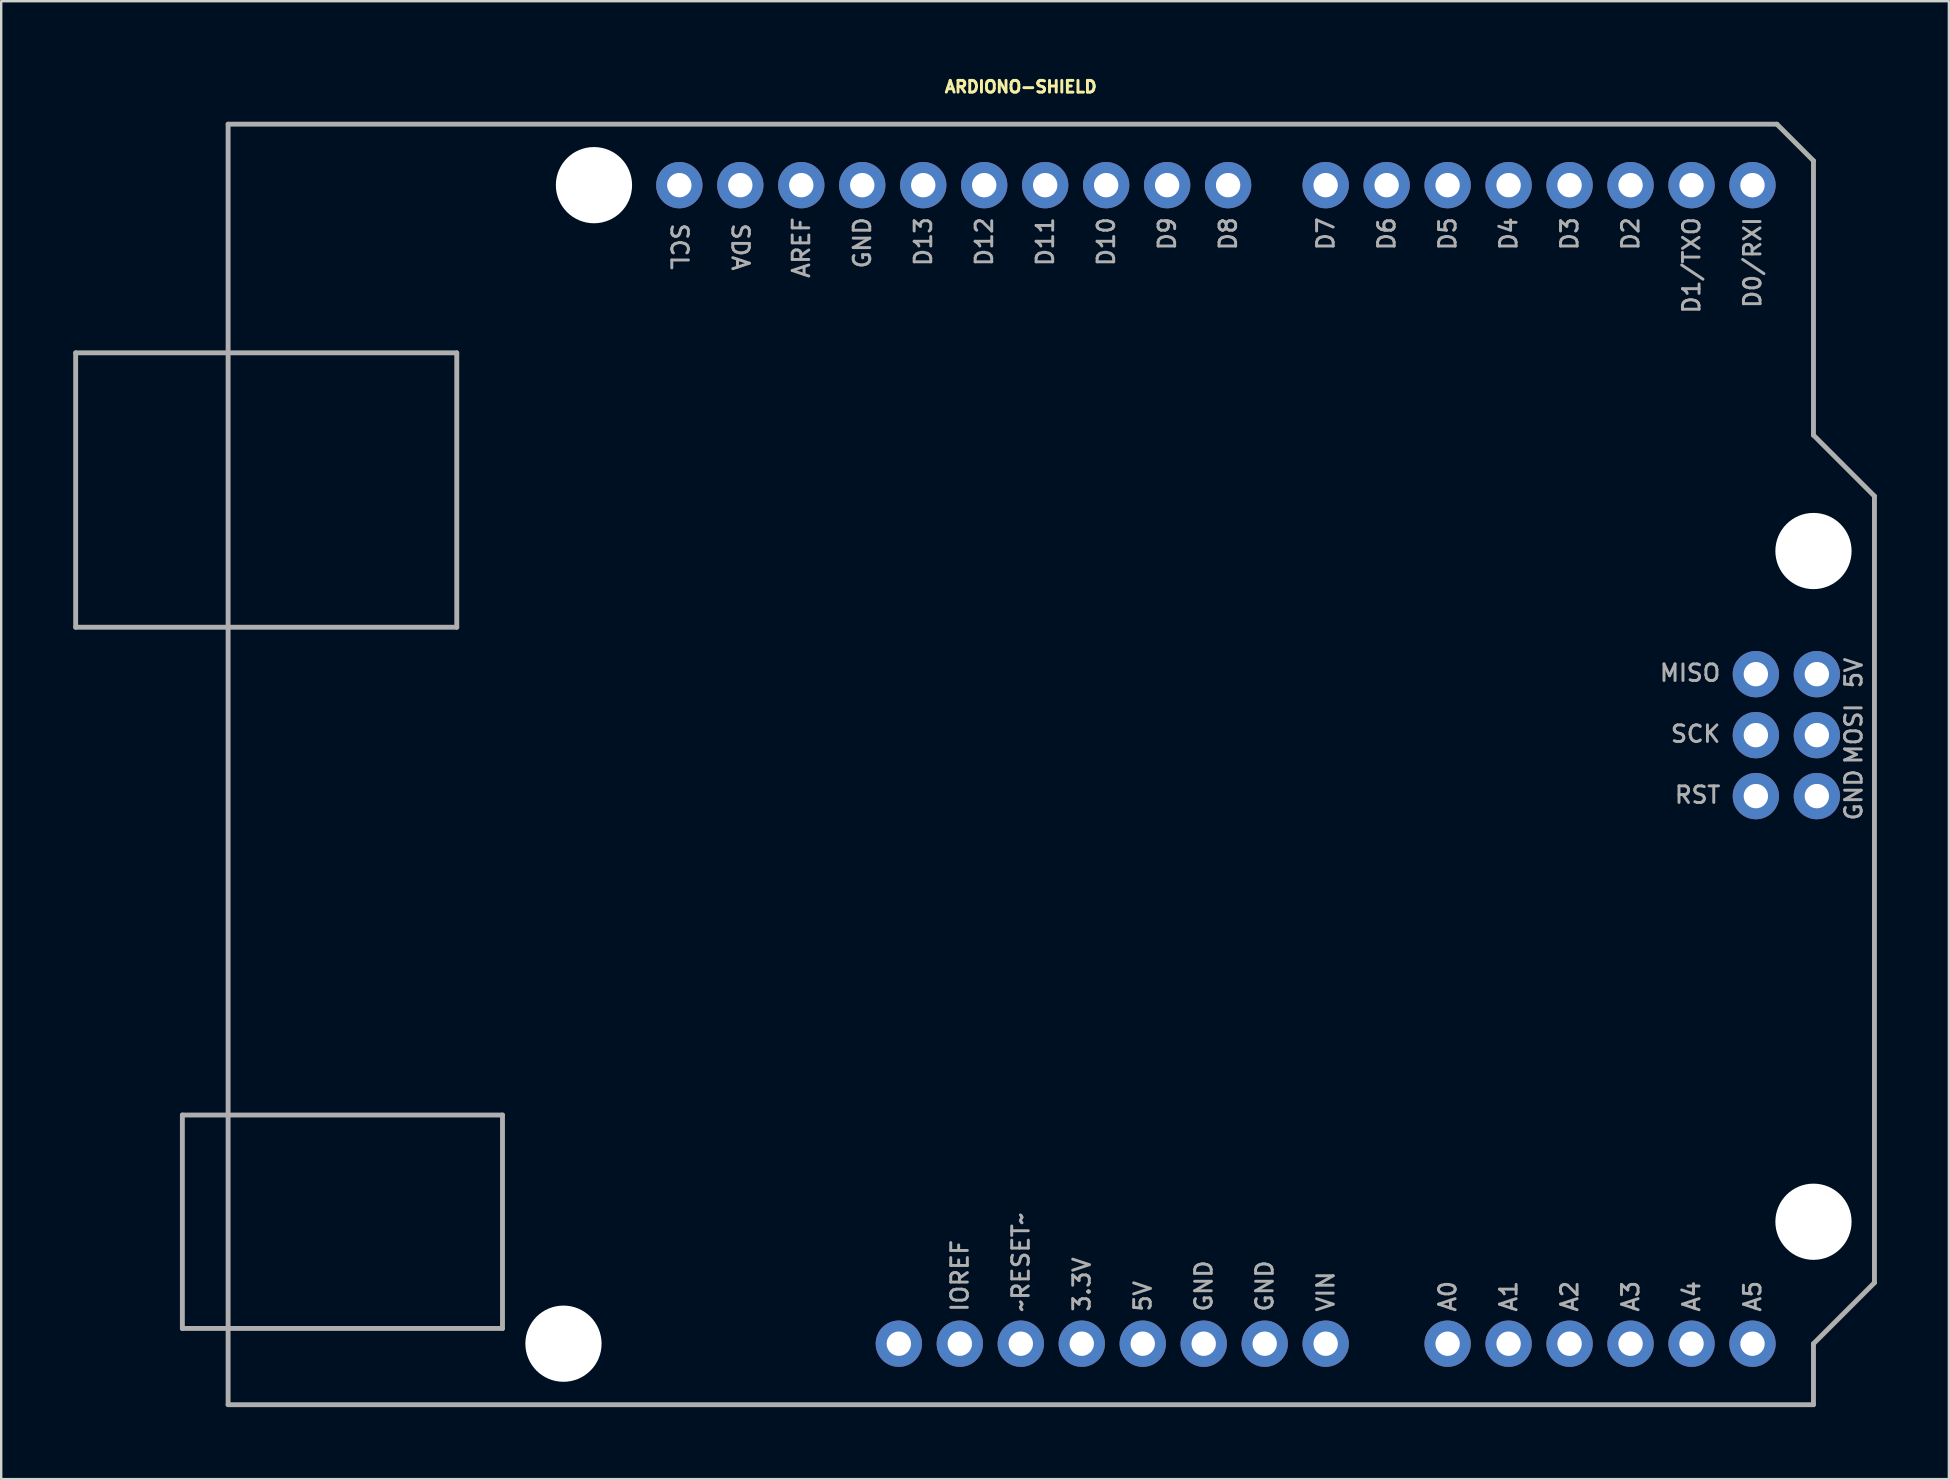
<source format=kicad_pcb>
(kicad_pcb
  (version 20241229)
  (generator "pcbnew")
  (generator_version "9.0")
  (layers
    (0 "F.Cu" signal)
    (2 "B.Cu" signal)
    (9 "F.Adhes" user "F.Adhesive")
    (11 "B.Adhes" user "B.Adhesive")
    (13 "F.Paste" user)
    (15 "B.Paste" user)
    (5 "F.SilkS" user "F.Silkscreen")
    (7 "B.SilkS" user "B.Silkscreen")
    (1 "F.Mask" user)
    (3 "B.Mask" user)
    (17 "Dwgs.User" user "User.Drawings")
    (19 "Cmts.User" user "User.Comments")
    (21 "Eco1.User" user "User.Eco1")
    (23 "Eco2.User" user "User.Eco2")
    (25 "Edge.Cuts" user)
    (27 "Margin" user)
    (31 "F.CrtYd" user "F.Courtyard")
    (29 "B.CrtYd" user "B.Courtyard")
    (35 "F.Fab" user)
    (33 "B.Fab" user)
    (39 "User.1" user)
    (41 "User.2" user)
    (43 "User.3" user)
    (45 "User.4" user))
  (footprint "ARDIONO-SHIELD"
    (layer "F.Cu")
    (at 39.472 30.063)
    (property "Reference" "ARDIONO-SHIELD" (at 0 -29.21 0) (unlocked yes) (layer "F.SilkS") (effects (font (size 0.488 0.488) (thickness 0.122)) (justify bottom)))
    (fp_line (start -39.37 -18.415) (end -23.495 -18.415) (stroke (width 0.203) (type solid)) (layer "F.Fab"))
    (fp_line (start -39.37 -6.985) (end -39.37 -18.415) (stroke (width 0.203) (type solid)) (layer "F.Fab"))
    (fp_line (start -34.925 13.335) (end -21.59 13.335) (stroke (width 0.203) (type solid)) (layer "F.Fab"))
    (fp_line (start -34.925 22.225) (end -34.925 13.335) (stroke (width 0.203) (type solid)) (layer "F.Fab"))
    (fp_line (start -33.02 -27.94) (end 31.496 -27.94) (stroke (width 0.203) (type solid)) (layer "F.Fab"))
    (fp_line (start -33.02 25.4) (end -33.02 -27.94) (stroke (width 0.203) (type solid)) (layer "F.Fab"))
    (fp_line (start -23.495 -18.415) (end -23.495 -6.985) (stroke (width 0.203) (type solid)) (layer "F.Fab"))
    (fp_line (start -23.495 -6.985) (end -39.37 -6.985) (stroke (width 0.203) (type solid)) (layer "F.Fab"))
    (fp_line (start -21.59 13.335) (end -21.59 22.225) (stroke (width 0.203) (type solid)) (layer "F.Fab"))
    (fp_line (start -21.59 22.225) (end -34.925 22.225) (stroke (width 0.203) (type solid)) (layer "F.Fab"))
    (fp_line (start 31.496 -27.94) (end 33.02 -26.416) (stroke (width 0.203) (type solid)) (layer "F.Fab"))
    (fp_line (start 33.02 -26.416) (end 33.02 -14.986) (stroke (width 0.203) (type solid)) (layer "F.Fab"))
    (fp_line (start 33.02 -14.986) (end 35.56 -12.446) (stroke (width 0.203) (type solid)) (layer "F.Fab"))
    (fp_line (start 33.02 22.86) (end 33.02 25.4) (stroke (width 0.203) (type solid)) (layer "F.Fab"))
    (fp_line (start 33.02 25.4) (end -33.02 25.4) (stroke (width 0.203) (type solid)) (layer "F.Fab"))
    (fp_line (start 35.56 -12.446) (end 35.56 20.32) (stroke (width 0.203) (type solid)) (layer "F.Fab"))
    (fp_line (start 35.56 20.32) (end 33.02 22.86) (stroke (width 0.203) (type solid)) (layer "F.Fab"))
    (fp_text user "D4" (at 20.32 -24.13 90) (unlocked yes) (layer "F.Fab") (effects (font (size 0.691 0.691) (thickness 0.122)) (justify right)))
    (fp_text user "A3" (at 25.4 21.59 90) (unlocked yes) (layer "F.Fab") (effects (font (size 0.691 0.691) (thickness 0.122)) (justify left)))
    (fp_text user "D5" (at 17.78 -24.13 90) (unlocked yes) (layer "F.Fab") (effects (font (size 0.691 0.691) (thickness 0.122)) (justify right)))
    (fp_text user "VIN" (at 12.7 21.59 90) (unlocked yes) (layer "F.Fab") (effects (font (size 0.691 0.691) (thickness 0.122)) (justify left)))
    (fp_text user "A0" (at 17.78 21.59 90) (unlocked yes) (layer "F.Fab") (effects (font (size 0.691 0.691) (thickness 0.122)) (justify left)))
    (fp_text user "D0/RXI" (at 30.48 -24.13 90) (unlocked yes) (layer "F.Fab") (effects (font (size 0.691 0.691) (thickness 0.122)) (justify right)))
    (fp_text user "D6" (at 15.24 -24.13 90) (unlocked yes) (layer "F.Fab") (effects (font (size 0.691 0.691) (thickness 0.122)) (justify right)))
    (fp_text user "5V" (at 5.08 21.59 90) (unlocked yes) (layer "F.Fab") (effects (font (size 0.691 0.691) (thickness 0.122)) (justify left)))
    (fp_text user "~RESET~" (at 0 21.59 90) (unlocked yes) (layer "F.Fab") (effects (font (size 0.691 0.691) (thickness 0.122)) (justify left)))
    (fp_text user "SDA" (at -11.684 -23.876 270) (unlocked yes) (layer "F.Fab") (effects (font (size 0.691 0.691) (thickness 0.122)) (justify left)))
    (fp_text user "D13" (at -4.064 -24.13 90) (unlocked yes) (layer "F.Fab") (effects (font (size 0.691 0.691) (thickness 0.122)) (justify right)))
    (fp_text user "D11" (at 1.016 -24.13 90) (unlocked yes) (layer "F.Fab") (effects (font (size 0.691 0.691) (thickness 0.122)) (justify right)))
    (fp_text user "MOSI" (at 34.29 -2.54 90) (unlocked yes) (layer "F.Fab") (effects (font (size 0.691 0.691) (thickness 0.122)) (justify top)))
    (fp_text user "GND" (at -6.604 -24.13 90) (unlocked yes) (layer "F.Fab") (effects (font (size 0.691 0.691) (thickness 0.122)) (justify right)))
    (fp_text user "A2" (at 22.86 21.59 90) (unlocked yes) (layer "F.Fab") (effects (font (size 0.691 0.691) (thickness 0.122)) (justify left)))
    (fp_text user "D2" (at 25.4 -24.13 90) (unlocked yes) (layer "F.Fab") (effects (font (size 0.691 0.691) (thickness 0.122)) (justify right)))
    (fp_text user "GND" (at 7.62 21.59 90) (unlocked yes) (layer "F.Fab") (effects (font (size 0.691 0.691) (thickness 0.122)) (justify left)))
    (fp_text user "5V" (at 34.29 -5.08 90) (unlocked yes) (layer "F.Fab") (effects (font (size 0.691 0.691) (thickness 0.122)) (justify top)))
    (fp_text user "GND" (at 34.29 0 90) (unlocked yes) (layer "F.Fab") (effects (font (size 0.691 0.691) (thickness 0.122)) (justify top)))
    (fp_text user "IOREF" (at -2.54 21.59 90) (unlocked yes) (layer "F.Fab") (effects (font (size 0.691 0.691) (thickness 0.122)) (justify left)))
    (fp_text user "A4" (at 27.94 21.59 90) (unlocked yes) (layer "F.Fab") (effects (font (size 0.691 0.691) (thickness 0.122)) (justify left)))
    (fp_text user "GND" (at 10.16 21.59 90) (unlocked yes) (layer "F.Fab") (effects (font (size 0.691 0.691) (thickness 0.122)) (justify left)))
    (fp_text user "D8" (at 8.636 -24.13 90) (unlocked yes) (layer "F.Fab") (effects (font (size 0.691 0.691) (thickness 0.122)) (justify right)))
    (fp_text user "3.3V" (at 2.54 21.59 90) (unlocked yes) (layer "F.Fab") (effects (font (size 0.691 0.691) (thickness 0.122)) (justify left)))
    (fp_text user "D1/TXO" (at 27.94 -24.13 90) (unlocked yes) (layer "F.Fab") (effects (font (size 0.691 0.691) (thickness 0.122)) (justify right)))
    (fp_text user "D9" (at 6.096 -24.13 90) (unlocked yes) (layer "F.Fab") (effects (font (size 0.691 0.691) (thickness 0.122)) (justify right)))
    (fp_text user "D3" (at 22.86 -24.13 90) (unlocked yes) (layer "F.Fab") (effects (font (size 0.691 0.691) (thickness 0.122)) (justify right)))
    (fp_text user "SCL" (at -14.224 -23.876 270) (unlocked yes) (layer "F.Fab") (effects (font (size 0.691 0.691) (thickness 0.122)) (justify left)))
    (fp_text user "AREF" (at -9.144 -24.13 90) (unlocked yes) (layer "F.Fab") (effects (font (size 0.691 0.691) (thickness 0.122)) (justify right)))
    (fp_text user "D12" (at -1.524 -24.13 90) (unlocked yes) (layer "F.Fab") (effects (font (size 0.691 0.691) (thickness 0.122)) (justify right)))
    (fp_text user "D10" (at 3.556 -24.13 90) (unlocked yes) (layer "F.Fab") (effects (font (size 0.691 0.691) (thickness 0.122)) (justify right)))
    (fp_text user "MISO" (at 29.21 -5.08 0) (unlocked yes) (layer "F.Fab") (effects (font (size 0.691 0.691) (thickness 0.122)) (justify right)))
    (fp_text user "RST" (at 29.21 0 0) (unlocked yes) (layer "F.Fab") (effects (font (size 0.691 0.691) (thickness 0.122)) (justify right)))
    (fp_text user "A1" (at 20.32 21.59 90) (unlocked yes) (layer "F.Fab") (effects (font (size 0.691 0.691) (thickness 0.122)) (justify left)))
    (fp_text user "D7" (at 12.7 -24.13 90) (unlocked yes) (layer "F.Fab") (effects (font (size 0.691 0.691) (thickness 0.122)) (justify right)))
    (fp_text user "A5" (at 30.48 21.59 90) (unlocked yes) (layer "F.Fab") (effects (font (size 0.691 0.691) (thickness 0.122)) (justify left)))
    (fp_text user "SCK" (at 29.21 -2.54 0) (unlocked yes) (layer "F.Fab") (effects (font (size 0.691 0.691) (thickness 0.122)) (justify right)))
    (pad "" np_thru_hole circle (at -19.05 22.86) (size 3.175 3.175) (drill 3.175) (layers "*.Cu" "*.Mask"))
    (pad "" np_thru_hole circle (at -17.78 -25.4) (size 3.175 3.175) (drill 3.175) (layers "*.Cu" "*.Mask"))
    (pad "" np_thru_hole circle (at 33.02 -10.16) (size 3.175 3.175) (drill 3.175) (layers "*.Cu" "*.Mask"))
    (pad "" np_thru_hole circle (at 33.02 17.78) (size 3.175 3.175) (drill 3.175) (layers "*.Cu" "*.Mask"))
    (pad "!RESET!" thru_hole circle (at 0 22.86) (size 1.93 1.93) (drill 1.016) (layers "*.Cu" "*.Mask"))
    (pad "!RESET!@1" thru_hole circle (at 30.62 0.05) (size 1.93 1.93) (drill 1.016) (layers "*.Cu" "*.Mask"))
    (pad "3.3V" thru_hole circle (at 2.54 22.86) (size 1.93 1.93) (drill 1.016) (layers "*.Cu" "*.Mask"))
    (pad "5V" thru_hole circle (at 5.08 22.86) (size 1.93 1.93) (drill 1.016) (layers "*.Cu" "*.Mask"))
    (pad "5V@1" thru_hole circle (at 33.16 -5.03) (size 1.93 1.93) (drill 1.016) (layers "*.Cu" "*.Mask"))
    (pad "A0" thru_hole circle (at 17.78 22.86) (size 1.93 1.93) (drill 1.016) (layers "*.Cu" "*.Mask"))
    (pad "A1" thru_hole circle (at 20.32 22.86) (size 1.93 1.93) (drill 1.016) (layers "*.Cu" "*.Mask"))
    (pad "A2" thru_hole circle (at 22.86 22.86) (size 1.93 1.93) (drill 1.016) (layers "*.Cu" "*.Mask"))
    (pad "A3" thru_hole circle (at 25.4 22.86) (size 1.93 1.93) (drill 1.016) (layers "*.Cu" "*.Mask"))
    (pad "A4" thru_hole circle (at 27.94 22.86) (size 1.93 1.93) (drill 1.016) (layers "*.Cu" "*.Mask"))
    (pad "A5" thru_hole circle (at 30.48 22.86) (size 1.93 1.93) (drill 1.016) (layers "*.Cu" "*.Mask"))
    (pad "AREF" thru_hole circle (at -9.144 -25.4) (size 1.93 1.93) (drill 1.016) (layers "*.Cu" "*.Mask"))
    (pad "D0" thru_hole circle (at 30.48 -25.4) (size 1.93 1.93) (drill 1.016) (layers "*.Cu" "*.Mask"))
    (pad "D1" thru_hole circle (at 27.94 -25.4) (size 1.93 1.93) (drill 1.016) (layers "*.Cu" "*.Mask"))
    (pad "D2" thru_hole circle (at 25.4 -25.4) (size 1.93 1.93) (drill 1.016) (layers "*.Cu" "*.Mask"))
    (pad "D3" thru_hole circle (at 22.86 -25.4) (size 1.93 1.93) (drill 1.016) (layers "*.Cu" "*.Mask"))
    (pad "D4" thru_hole circle (at 20.32 -25.4) (size 1.93 1.93) (drill 1.016) (layers "*.Cu" "*.Mask"))
    (pad "D5" thru_hole circle (at 17.78 -25.4) (size 1.93 1.93) (drill 1.016) (layers "*.Cu" "*.Mask"))
    (pad "D6" thru_hole circle (at 15.24 -25.4) (size 1.93 1.93) (drill 1.016) (layers "*.Cu" "*.Mask"))
    (pad "D7" thru_hole circle (at 12.7 -25.4) (size 1.93 1.93) (drill 1.016) (layers "*.Cu" "*.Mask"))
    (pad "D8" thru_hole circle (at 8.636 -25.4) (size 1.93 1.93) (drill 1.016) (layers "*.Cu" "*.Mask"))
    (pad "D9" thru_hole circle (at 6.096 -25.4) (size 1.93 1.93) (drill 1.016) (layers "*.Cu" "*.Mask"))
    (pad "D10" thru_hole circle (at 3.556 -25.4) (size 1.93 1.93) (drill 1.016) (layers "*.Cu" "*.Mask"))
    (pad "D11" thru_hole circle (at 1.016 -25.4) (size 1.93 1.93) (drill 1.016) (layers "*.Cu" "*.Mask"))
    (pad "D12" thru_hole circle (at -1.524 -25.4) (size 1.93 1.93) (drill 1.016) (layers "*.Cu" "*.Mask"))
    (pad "D13" thru_hole circle (at -4.064 -25.4) (size 1.93 1.93) (drill 1.016) (layers "*.Cu" "*.Mask"))
    (pad "GND" thru_hole circle (at 7.62 22.86) (size 1.93 1.93) (drill 1.016) (layers "*.Cu" "*.Mask"))
    (pad "GND@1" thru_hole circle (at 10.16 22.86) (size 1.93 1.93) (drill 1.016) (layers "*.Cu" "*.Mask"))
    (pad "GND@2" thru_hole circle (at -6.604 -25.4) (size 1.93 1.93) (drill 1.016) (layers "*.Cu" "*.Mask"))
    (pad "GND@3" thru_hole circle (at 33.16 0.05) (size 1.93 1.93) (drill 1.016) (layers "*.Cu" "*.Mask"))
    (pad "IOREF" thru_hole circle (at -2.54 22.86) (size 1.93 1.93) (drill 1.016) (layers "*.Cu" "*.Mask"))
    (pad "MISO" thru_hole circle (at 30.62 -5.03) (size 1.93 1.93) (drill 1.016) (layers "*.Cu" "*.Mask"))
    (pad "MOSI" thru_hole circle (at 33.16 -2.49) (size 1.93 1.93) (drill 1.016) (layers "*.Cu" "*.Mask"))
    (pad "NC" thru_hole circle (at -5.08 22.86) (size 1.93 1.93) (drill 1.016) (layers "*.Cu" "*.Mask"))
    (pad "SCK" thru_hole circle (at 30.62 -2.49) (size 1.93 1.93) (drill 1.016) (layers "*.Cu" "*.Mask"))
    (pad "SCL" thru_hole circle (at -14.224 -25.4) (size 1.93 1.93) (drill 1.016) (layers "*.Cu" "*.Mask"))
    (pad "SDA" thru_hole circle (at -11.684 -25.4) (size 1.93 1.93) (drill 1.016) (layers "*.Cu" "*.Mask"))
    (pad "VIN" thru_hole circle (at 12.7 22.86) (size 1.93 1.93) (drill 1.016) (layers "*.Cu" "*.Mask")))
  (gr_rect
    (start -3 -3)
    (end 78.133 58.565)
    (stroke (width 0.1) (type default))
    (fill no)
    (layer "Edge.Cuts")))
</source>
